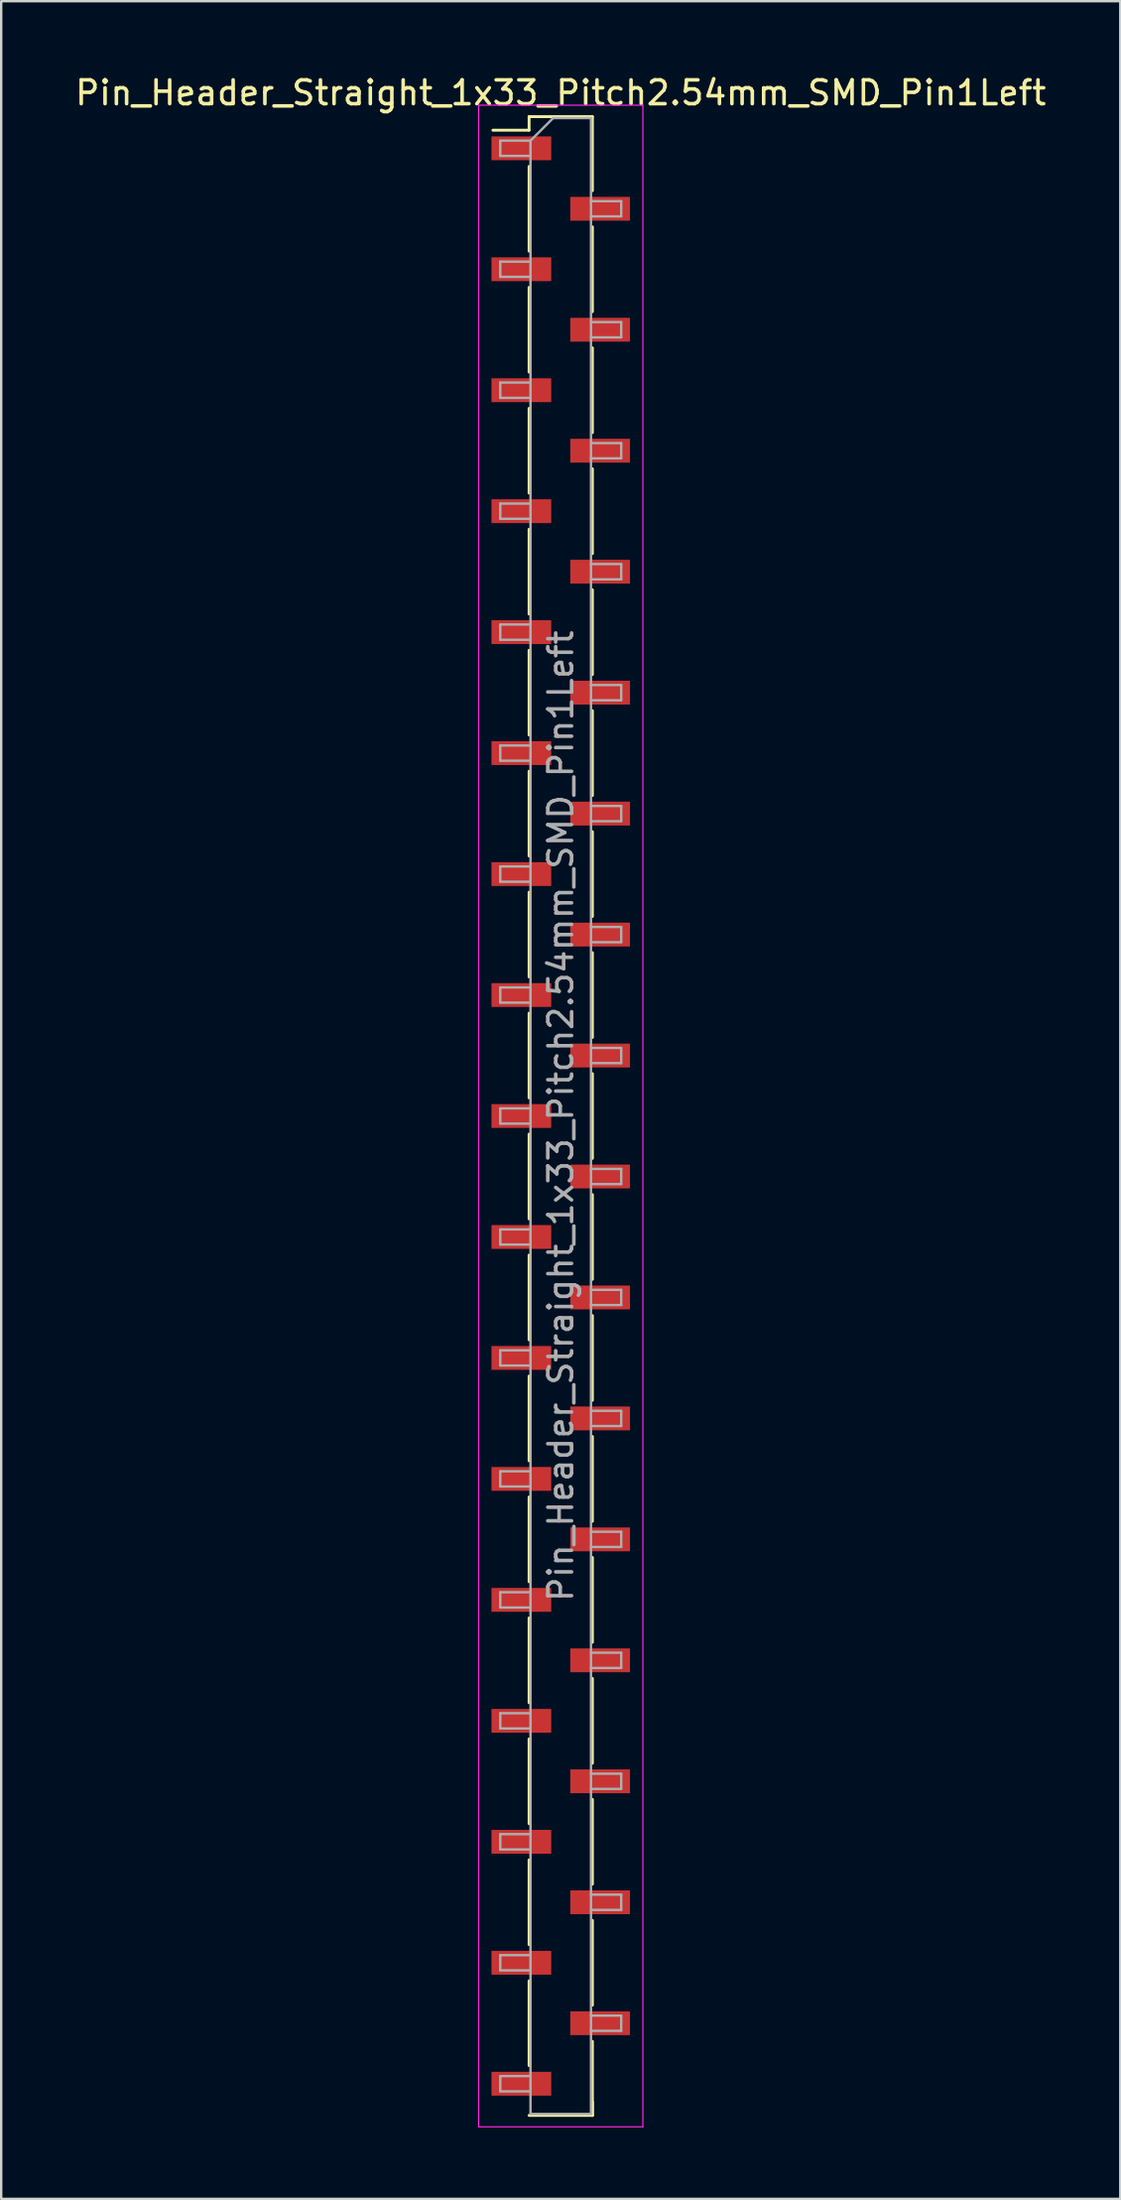
<source format=kicad_pcb>
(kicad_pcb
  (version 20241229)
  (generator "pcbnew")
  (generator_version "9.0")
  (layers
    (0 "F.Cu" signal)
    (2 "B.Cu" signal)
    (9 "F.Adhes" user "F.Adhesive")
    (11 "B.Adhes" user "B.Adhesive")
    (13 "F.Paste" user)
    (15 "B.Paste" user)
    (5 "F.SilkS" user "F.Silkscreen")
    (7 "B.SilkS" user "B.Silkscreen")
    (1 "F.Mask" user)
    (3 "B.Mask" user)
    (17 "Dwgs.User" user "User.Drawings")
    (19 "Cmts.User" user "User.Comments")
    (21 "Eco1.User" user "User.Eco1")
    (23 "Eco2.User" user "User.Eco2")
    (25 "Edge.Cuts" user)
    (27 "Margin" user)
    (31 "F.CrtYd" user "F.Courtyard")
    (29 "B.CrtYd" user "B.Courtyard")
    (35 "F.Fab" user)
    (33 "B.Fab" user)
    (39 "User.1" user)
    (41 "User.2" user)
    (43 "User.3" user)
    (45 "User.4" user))
  (footprint "Pin_Header_Straight_1x33_Pitch2.54mm_SMD_Pin1Left"
    (layer "F.Cu")
    (at 20.506 43.818)
    (property "Reference" "Pin_Header_Straight_1x33_Pitch2.54mm_SMD_Pin1Left" (at 0 -42.97 0) (layer "F.SilkS") (effects (font (size 1 1) (thickness 0.15))))
    (attr smd)
    (fp_line (start -1.33 -41.97) (end -1.33 -41.4) (stroke (width 0.12) (type solid)) (layer "F.SilkS"))
    (fp_line (start -1.33 -41.97) (end 1.33 -41.97) (stroke (width 0.12) (type solid)) (layer "F.SilkS"))
    (fp_line (start -1.33 -41.4) (end -2.85 -41.4) (stroke (width 0.12) (type solid)) (layer "F.SilkS"))
    (fp_line (start -1.33 -39.88) (end -1.33 -36.32) (stroke (width 0.12) (type solid)) (layer "F.SilkS"))
    (fp_line (start -1.33 -34.8) (end -1.33 -31.24) (stroke (width 0.12) (type solid)) (layer "F.SilkS"))
    (fp_line (start -1.33 -29.72) (end -1.33 -26.16) (stroke (width 0.12) (type solid)) (layer "F.SilkS"))
    (fp_line (start -1.33 -24.64) (end -1.33 -21.08) (stroke (width 0.12) (type solid)) (layer "F.SilkS"))
    (fp_line (start -1.33 -19.56) (end -1.33 -16) (stroke (width 0.12) (type solid)) (layer "F.SilkS"))
    (fp_line (start -1.33 -14.48) (end -1.33 -10.92) (stroke (width 0.12) (type solid)) (layer "F.SilkS"))
    (fp_line (start -1.33 -9.4) (end -1.33 -5.84) (stroke (width 0.12) (type solid)) (layer "F.SilkS"))
    (fp_line (start -1.33 -4.32) (end -1.33 -0.76) (stroke (width 0.12) (type solid)) (layer "F.SilkS"))
    (fp_line (start -1.33 0.76) (end -1.33 4.32) (stroke (width 0.12) (type solid)) (layer "F.SilkS"))
    (fp_line (start -1.33 5.84) (end -1.33 9.4) (stroke (width 0.12) (type solid)) (layer "F.SilkS"))
    (fp_line (start -1.33 10.92) (end -1.33 14.48) (stroke (width 0.12) (type solid)) (layer "F.SilkS"))
    (fp_line (start -1.33 16) (end -1.33 19.56) (stroke (width 0.12) (type solid)) (layer "F.SilkS"))
    (fp_line (start -1.33 21.08) (end -1.33 24.64) (stroke (width 0.12) (type solid)) (layer "F.SilkS"))
    (fp_line (start -1.33 26.16) (end -1.33 29.72) (stroke (width 0.12) (type solid)) (layer "F.SilkS"))
    (fp_line (start -1.33 31.24) (end -1.33 34.8) (stroke (width 0.12) (type solid)) (layer "F.SilkS"))
    (fp_line (start -1.33 36.32) (end -1.33 39.88) (stroke (width 0.12) (type solid)) (layer "F.SilkS"))
    (fp_line (start -1.33 41.97) (end 1.33 41.97) (stroke (width 0.12) (type solid)) (layer "F.SilkS"))
    (fp_line (start 1.33 -41.97) (end 1.33 -38.86) (stroke (width 0.12) (type solid)) (layer "F.SilkS"))
    (fp_line (start 1.33 -37.34) (end 1.33 -33.78) (stroke (width 0.12) (type solid)) (layer "F.SilkS"))
    (fp_line (start 1.33 -32.26) (end 1.33 -28.7) (stroke (width 0.12) (type solid)) (layer "F.SilkS"))
    (fp_line (start 1.33 -27.18) (end 1.33 -23.62) (stroke (width 0.12) (type solid)) (layer "F.SilkS"))
    (fp_line (start 1.33 -22.1) (end 1.33 -18.54) (stroke (width 0.12) (type solid)) (layer "F.SilkS"))
    (fp_line (start 1.33 -17.02) (end 1.33 -13.46) (stroke (width 0.12) (type solid)) (layer "F.SilkS"))
    (fp_line (start 1.33 -11.94) (end 1.33 -8.38) (stroke (width 0.12) (type solid)) (layer "F.SilkS"))
    (fp_line (start 1.33 -6.86) (end 1.33 -3.3) (stroke (width 0.12) (type solid)) (layer "F.SilkS"))
    (fp_line (start 1.33 -1.78) (end 1.33 1.78) (stroke (width 0.12) (type solid)) (layer "F.SilkS"))
    (fp_line (start 1.33 3.3) (end 1.33 6.86) (stroke (width 0.12) (type solid)) (layer "F.SilkS"))
    (fp_line (start 1.33 8.38) (end 1.33 11.94) (stroke (width 0.12) (type solid)) (layer "F.SilkS"))
    (fp_line (start 1.33 13.46) (end 1.33 17.02) (stroke (width 0.12) (type solid)) (layer "F.SilkS"))
    (fp_line (start 1.33 18.54) (end 1.33 22.1) (stroke (width 0.12) (type solid)) (layer "F.SilkS"))
    (fp_line (start 1.33 23.62) (end 1.33 27.18) (stroke (width 0.12) (type solid)) (layer "F.SilkS"))
    (fp_line (start 1.33 28.7) (end 1.33 32.26) (stroke (width 0.12) (type solid)) (layer "F.SilkS"))
    (fp_line (start 1.33 33.78) (end 1.33 37.34) (stroke (width 0.12) (type solid)) (layer "F.SilkS"))
    (fp_line (start 1.33 38.86) (end 1.33 41.97) (stroke (width 0.12) (type solid)) (layer "F.SilkS"))
    (fp_line (start 1.33 41.4) (end 1.33 41.97) (stroke (width 0.12) (type solid)) (layer "F.SilkS"))
    (fp_line (start -3.45 -42.45) (end -3.45 42.45) (stroke (width 0.05) (type solid)) (layer "F.CrtYd"))
    (fp_line (start -3.45 42.45) (end 3.45 42.45) (stroke (width 0.05) (type solid)) (layer "F.CrtYd"))
    (fp_line (start 3.45 -42.45) (end -3.45 -42.45) (stroke (width 0.05) (type solid)) (layer "F.CrtYd"))
    (fp_line (start 3.45 42.45) (end 3.45 -42.45) (stroke (width 0.05) (type solid)) (layer "F.CrtYd"))
    (fp_line (start -2.54 -40.96) (end -2.54 -40.32) (stroke (width 0.1) (type solid)) (layer "F.Fab"))
    (fp_line (start -2.54 -40.32) (end -1.27 -40.32) (stroke (width 0.1) (type solid)) (layer "F.Fab"))
    (fp_line (start -2.54 -35.88) (end -2.54 -35.24) (stroke (width 0.1) (type solid)) (layer "F.Fab"))
    (fp_line (start -2.54 -35.24) (end -1.27 -35.24) (stroke (width 0.1) (type solid)) (layer "F.Fab"))
    (fp_line (start -2.54 -30.8) (end -2.54 -30.16) (stroke (width 0.1) (type solid)) (layer "F.Fab"))
    (fp_line (start -2.54 -30.16) (end -1.27 -30.16) (stroke (width 0.1) (type solid)) (layer "F.Fab"))
    (fp_line (start -2.54 -25.72) (end -2.54 -25.08) (stroke (width 0.1) (type solid)) (layer "F.Fab"))
    (fp_line (start -2.54 -25.08) (end -1.27 -25.08) (stroke (width 0.1) (type solid)) (layer "F.Fab"))
    (fp_line (start -2.54 -20.64) (end -2.54 -20) (stroke (width 0.1) (type solid)) (layer "F.Fab"))
    (fp_line (start -2.54 -20) (end -1.27 -20) (stroke (width 0.1) (type solid)) (layer "F.Fab"))
    (fp_line (start -2.54 -15.56) (end -2.54 -14.92) (stroke (width 0.1) (type solid)) (layer "F.Fab"))
    (fp_line (start -2.54 -14.92) (end -1.27 -14.92) (stroke (width 0.1) (type solid)) (layer "F.Fab"))
    (fp_line (start -2.54 -10.48) (end -2.54 -9.84) (stroke (width 0.1) (type solid)) (layer "F.Fab"))
    (fp_line (start -2.54 -9.84) (end -1.27 -9.84) (stroke (width 0.1) (type solid)) (layer "F.Fab"))
    (fp_line (start -2.54 -5.4) (end -2.54 -4.76) (stroke (width 0.1) (type solid)) (layer "F.Fab"))
    (fp_line (start -2.54 -4.76) (end -1.27 -4.76) (stroke (width 0.1) (type solid)) (layer "F.Fab"))
    (fp_line (start -2.54 -0.32) (end -2.54 0.32) (stroke (width 0.1) (type solid)) (layer "F.Fab"))
    (fp_line (start -2.54 0.32) (end -1.27 0.32) (stroke (width 0.1) (type solid)) (layer "F.Fab"))
    (fp_line (start -2.54 4.76) (end -2.54 5.4) (stroke (width 0.1) (type solid)) (layer "F.Fab"))
    (fp_line (start -2.54 5.4) (end -1.27 5.4) (stroke (width 0.1) (type solid)) (layer "F.Fab"))
    (fp_line (start -2.54 9.84) (end -2.54 10.48) (stroke (width 0.1) (type solid)) (layer "F.Fab"))
    (fp_line (start -2.54 10.48) (end -1.27 10.48) (stroke (width 0.1) (type solid)) (layer "F.Fab"))
    (fp_line (start -2.54 14.92) (end -2.54 15.56) (stroke (width 0.1) (type solid)) (layer "F.Fab"))
    (fp_line (start -2.54 15.56) (end -1.27 15.56) (stroke (width 0.1) (type solid)) (layer "F.Fab"))
    (fp_line (start -2.54 20) (end -2.54 20.64) (stroke (width 0.1) (type solid)) (layer "F.Fab"))
    (fp_line (start -2.54 20.64) (end -1.27 20.64) (stroke (width 0.1) (type solid)) (layer "F.Fab"))
    (fp_line (start -2.54 25.08) (end -2.54 25.72) (stroke (width 0.1) (type solid)) (layer "F.Fab"))
    (fp_line (start -2.54 25.72) (end -1.27 25.72) (stroke (width 0.1) (type solid)) (layer "F.Fab"))
    (fp_line (start -2.54 30.16) (end -2.54 30.8) (stroke (width 0.1) (type solid)) (layer "F.Fab"))
    (fp_line (start -2.54 30.8) (end -1.27 30.8) (stroke (width 0.1) (type solid)) (layer "F.Fab"))
    (fp_line (start -2.54 35.24) (end -2.54 35.88) (stroke (width 0.1) (type solid)) (layer "F.Fab"))
    (fp_line (start -2.54 35.88) (end -1.27 35.88) (stroke (width 0.1) (type solid)) (layer "F.Fab"))
    (fp_line (start -2.54 40.32) (end -2.54 40.96) (stroke (width 0.1) (type solid)) (layer "F.Fab"))
    (fp_line (start -2.54 40.96) (end -1.27 40.96) (stroke (width 0.1) (type solid)) (layer "F.Fab"))
    (fp_line (start -1.27 -40.96) (end -2.54 -40.96) (stroke (width 0.1) (type solid)) (layer "F.Fab"))
    (fp_line (start -1.27 -40.96) (end -0.32 -41.91) (stroke (width 0.1) (type solid)) (layer "F.Fab"))
    (fp_line (start -1.27 -35.88) (end -2.54 -35.88) (stroke (width 0.1) (type solid)) (layer "F.Fab"))
    (fp_line (start -1.27 -30.8) (end -2.54 -30.8) (stroke (width 0.1) (type solid)) (layer "F.Fab"))
    (fp_line (start -1.27 -25.72) (end -2.54 -25.72) (stroke (width 0.1) (type solid)) (layer "F.Fab"))
    (fp_line (start -1.27 -20.64) (end -2.54 -20.64) (stroke (width 0.1) (type solid)) (layer "F.Fab"))
    (fp_line (start -1.27 -15.56) (end -2.54 -15.56) (stroke (width 0.1) (type solid)) (layer "F.Fab"))
    (fp_line (start -1.27 -10.48) (end -2.54 -10.48) (stroke (width 0.1) (type solid)) (layer "F.Fab"))
    (fp_line (start -1.27 -5.4) (end -2.54 -5.4) (stroke (width 0.1) (type solid)) (layer "F.Fab"))
    (fp_line (start -1.27 -0.32) (end -2.54 -0.32) (stroke (width 0.1) (type solid)) (layer "F.Fab"))
    (fp_line (start -1.27 4.76) (end -2.54 4.76) (stroke (width 0.1) (type solid)) (layer "F.Fab"))
    (fp_line (start -1.27 9.84) (end -2.54 9.84) (stroke (width 0.1) (type solid)) (layer "F.Fab"))
    (fp_line (start -1.27 14.92) (end -2.54 14.92) (stroke (width 0.1) (type solid)) (layer "F.Fab"))
    (fp_line (start -1.27 20) (end -2.54 20) (stroke (width 0.1) (type solid)) (layer "F.Fab"))
    (fp_line (start -1.27 25.08) (end -2.54 25.08) (stroke (width 0.1) (type solid)) (layer "F.Fab"))
    (fp_line (start -1.27 30.16) (end -2.54 30.16) (stroke (width 0.1) (type solid)) (layer "F.Fab"))
    (fp_line (start -1.27 35.24) (end -2.54 35.24) (stroke (width 0.1) (type solid)) (layer "F.Fab"))
    (fp_line (start -1.27 40.32) (end -2.54 40.32) (stroke (width 0.1) (type solid)) (layer "F.Fab"))
    (fp_line (start -1.27 41.91) (end -1.27 -40.96) (stroke (width 0.1) (type solid)) (layer "F.Fab"))
    (fp_line (start -0.32 -41.91) (end 1.27 -41.91) (stroke (width 0.1) (type solid)) (layer "F.Fab"))
    (fp_line (start 1.27 -41.91) (end 1.27 41.91) (stroke (width 0.1) (type solid)) (layer "F.Fab"))
    (fp_line (start 1.27 -38.42) (end 2.54 -38.42) (stroke (width 0.1) (type solid)) (layer "F.Fab"))
    (fp_line (start 1.27 -33.34) (end 2.54 -33.34) (stroke (width 0.1) (type solid)) (layer "F.Fab"))
    (fp_line (start 1.27 -28.26) (end 2.54 -28.26) (stroke (width 0.1) (type solid)) (layer "F.Fab"))
    (fp_line (start 1.27 -23.18) (end 2.54 -23.18) (stroke (width 0.1) (type solid)) (layer "F.Fab"))
    (fp_line (start 1.27 -18.1) (end 2.54 -18.1) (stroke (width 0.1) (type solid)) (layer "F.Fab"))
    (fp_line (start 1.27 -13.02) (end 2.54 -13.02) (stroke (width 0.1) (type solid)) (layer "F.Fab"))
    (fp_line (start 1.27 -7.94) (end 2.54 -7.94) (stroke (width 0.1) (type solid)) (layer "F.Fab"))
    (fp_line (start 1.27 -2.86) (end 2.54 -2.86) (stroke (width 0.1) (type solid)) (layer "F.Fab"))
    (fp_line (start 1.27 2.22) (end 2.54 2.22) (stroke (width 0.1) (type solid)) (layer "F.Fab"))
    (fp_line (start 1.27 7.3) (end 2.54 7.3) (stroke (width 0.1) (type solid)) (layer "F.Fab"))
    (fp_line (start 1.27 12.38) (end 2.54 12.38) (stroke (width 0.1) (type solid)) (layer "F.Fab"))
    (fp_line (start 1.27 17.46) (end 2.54 17.46) (stroke (width 0.1) (type solid)) (layer "F.Fab"))
    (fp_line (start 1.27 22.54) (end 2.54 22.54) (stroke (width 0.1) (type solid)) (layer "F.Fab"))
    (fp_line (start 1.27 27.62) (end 2.54 27.62) (stroke (width 0.1) (type solid)) (layer "F.Fab"))
    (fp_line (start 1.27 32.7) (end 2.54 32.7) (stroke (width 0.1) (type solid)) (layer "F.Fab"))
    (fp_line (start 1.27 37.78) (end 2.54 37.78) (stroke (width 0.1) (type solid)) (layer "F.Fab"))
    (fp_line (start 1.27 41.91) (end -1.27 41.91) (stroke (width 0.1) (type solid)) (layer "F.Fab"))
    (fp_line (start 2.54 -38.42) (end 2.54 -37.78) (stroke (width 0.1) (type solid)) (layer "F.Fab"))
    (fp_line (start 2.54 -37.78) (end 1.27 -37.78) (stroke (width 0.1) (type solid)) (layer "F.Fab"))
    (fp_line (start 2.54 -33.34) (end 2.54 -32.7) (stroke (width 0.1) (type solid)) (layer "F.Fab"))
    (fp_line (start 2.54 -32.7) (end 1.27 -32.7) (stroke (width 0.1) (type solid)) (layer "F.Fab"))
    (fp_line (start 2.54 -28.26) (end 2.54 -27.62) (stroke (width 0.1) (type solid)) (layer "F.Fab"))
    (fp_line (start 2.54 -27.62) (end 1.27 -27.62) (stroke (width 0.1) (type solid)) (layer "F.Fab"))
    (fp_line (start 2.54 -23.18) (end 2.54 -22.54) (stroke (width 0.1) (type solid)) (layer "F.Fab"))
    (fp_line (start 2.54 -22.54) (end 1.27 -22.54) (stroke (width 0.1) (type solid)) (layer "F.Fab"))
    (fp_line (start 2.54 -18.1) (end 2.54 -17.46) (stroke (width 0.1) (type solid)) (layer "F.Fab"))
    (fp_line (start 2.54 -17.46) (end 1.27 -17.46) (stroke (width 0.1) (type solid)) (layer "F.Fab"))
    (fp_line (start 2.54 -13.02) (end 2.54 -12.38) (stroke (width 0.1) (type solid)) (layer "F.Fab"))
    (fp_line (start 2.54 -12.38) (end 1.27 -12.38) (stroke (width 0.1) (type solid)) (layer "F.Fab"))
    (fp_line (start 2.54 -7.94) (end 2.54 -7.3) (stroke (width 0.1) (type solid)) (layer "F.Fab"))
    (fp_line (start 2.54 -7.3) (end 1.27 -7.3) (stroke (width 0.1) (type solid)) (layer "F.Fab"))
    (fp_line (start 2.54 -2.86) (end 2.54 -2.22) (stroke (width 0.1) (type solid)) (layer "F.Fab"))
    (fp_line (start 2.54 -2.22) (end 1.27 -2.22) (stroke (width 0.1) (type solid)) (layer "F.Fab"))
    (fp_line (start 2.54 2.22) (end 2.54 2.86) (stroke (width 0.1) (type solid)) (layer "F.Fab"))
    (fp_line (start 2.54 2.86) (end 1.27 2.86) (stroke (width 0.1) (type solid)) (layer "F.Fab"))
    (fp_line (start 2.54 7.3) (end 2.54 7.94) (stroke (width 0.1) (type solid)) (layer "F.Fab"))
    (fp_line (start 2.54 7.94) (end 1.27 7.94) (stroke (width 0.1) (type solid)) (layer "F.Fab"))
    (fp_line (start 2.54 12.38) (end 2.54 13.02) (stroke (width 0.1) (type solid)) (layer "F.Fab"))
    (fp_line (start 2.54 13.02) (end 1.27 13.02) (stroke (width 0.1) (type solid)) (layer "F.Fab"))
    (fp_line (start 2.54 17.46) (end 2.54 18.1) (stroke (width 0.1) (type solid)) (layer "F.Fab"))
    (fp_line (start 2.54 18.1) (end 1.27 18.1) (stroke (width 0.1) (type solid)) (layer "F.Fab"))
    (fp_line (start 2.54 22.54) (end 2.54 23.18) (stroke (width 0.1) (type solid)) (layer "F.Fab"))
    (fp_line (start 2.54 23.18) (end 1.27 23.18) (stroke (width 0.1) (type solid)) (layer "F.Fab"))
    (fp_line (start 2.54 27.62) (end 2.54 28.26) (stroke (width 0.1) (type solid)) (layer "F.Fab"))
    (fp_line (start 2.54 28.26) (end 1.27 28.26) (stroke (width 0.1) (type solid)) (layer "F.Fab"))
    (fp_line (start 2.54 32.7) (end 2.54 33.34) (stroke (width 0.1) (type solid)) (layer "F.Fab"))
    (fp_line (start 2.54 33.34) (end 1.27 33.34) (stroke (width 0.1) (type solid)) (layer "F.Fab"))
    (fp_line (start 2.54 37.78) (end 2.54 38.42) (stroke (width 0.1) (type solid)) (layer "F.Fab"))
    (fp_line (start 2.54 38.42) (end 1.27 38.42) (stroke (width 0.1) (type solid)) (layer "F.Fab"))
    (fp_text user "${REFERENCE}" (at 0 0 90) (layer "F.Fab") (effects (font (size 1 1) (thickness 0.15))))
    (pad "1" smd rect (at -1.655 -40.64) (size 2.51 1) (layers "F.Cu" "F.Mask" "F.Paste"))
    (pad "2" smd rect (at 1.655 -38.1) (size 2.51 1) (layers "F.Cu" "F.Mask" "F.Paste"))
    (pad "3" smd rect (at -1.655 -35.56) (size 2.51 1) (layers "F.Cu" "F.Mask" "F.Paste"))
    (pad "4" smd rect (at 1.655 -33.02) (size 2.51 1) (layers "F.Cu" "F.Mask" "F.Paste"))
    (pad "5" smd rect (at -1.655 -30.48) (size 2.51 1) (layers "F.Cu" "F.Mask" "F.Paste"))
    (pad "6" smd rect (at 1.655 -27.94) (size 2.51 1) (layers "F.Cu" "F.Mask" "F.Paste"))
    (pad "7" smd rect (at -1.655 -25.4) (size 2.51 1) (layers "F.Cu" "F.Mask" "F.Paste"))
    (pad "8" smd rect (at 1.655 -22.86) (size 2.51 1) (layers "F.Cu" "F.Mask" "F.Paste"))
    (pad "9" smd rect (at -1.655 -20.32) (size 2.51 1) (layers "F.Cu" "F.Mask" "F.Paste"))
    (pad "10" smd rect (at 1.655 -17.78) (size 2.51 1) (layers "F.Cu" "F.Mask" "F.Paste"))
    (pad "11" smd rect (at -1.655 -15.24) (size 2.51 1) (layers "F.Cu" "F.Mask" "F.Paste"))
    (pad "12" smd rect (at 1.655 -12.7) (size 2.51 1) (layers "F.Cu" "F.Mask" "F.Paste"))
    (pad "13" smd rect (at -1.655 -10.16) (size 2.51 1) (layers "F.Cu" "F.Mask" "F.Paste"))
    (pad "14" smd rect (at 1.655 -7.62) (size 2.51 1) (layers "F.Cu" "F.Mask" "F.Paste"))
    (pad "15" smd rect (at -1.655 -5.08) (size 2.51 1) (layers "F.Cu" "F.Mask" "F.Paste"))
    (pad "16" smd rect (at 1.655 -2.54) (size 2.51 1) (layers "F.Cu" "F.Mask" "F.Paste"))
    (pad "17" smd rect (at -1.655 0) (size 2.51 1) (layers "F.Cu" "F.Mask" "F.Paste"))
    (pad "18" smd rect (at 1.655 2.54) (size 2.51 1) (layers "F.Cu" "F.Mask" "F.Paste"))
    (pad "19" smd rect (at -1.655 5.08) (size 2.51 1) (layers "F.Cu" "F.Mask" "F.Paste"))
    (pad "20" smd rect (at 1.655 7.62) (size 2.51 1) (layers "F.Cu" "F.Mask" "F.Paste"))
    (pad "21" smd rect (at -1.655 10.16) (size 2.51 1) (layers "F.Cu" "F.Mask" "F.Paste"))
    (pad "22" smd rect (at 1.655 12.7) (size 2.51 1) (layers "F.Cu" "F.Mask" "F.Paste"))
    (pad "23" smd rect (at -1.655 15.24) (size 2.51 1) (layers "F.Cu" "F.Mask" "F.Paste"))
    (pad "24" smd rect (at 1.655 17.78) (size 2.51 1) (layers "F.Cu" "F.Mask" "F.Paste"))
    (pad "25" smd rect (at -1.655 20.32) (size 2.51 1) (layers "F.Cu" "F.Mask" "F.Paste"))
    (pad "26" smd rect (at 1.655 22.86) (size 2.51 1) (layers "F.Cu" "F.Mask" "F.Paste"))
    (pad "27" smd rect (at -1.655 25.4) (size 2.51 1) (layers "F.Cu" "F.Mask" "F.Paste"))
    (pad "28" smd rect (at 1.655 27.94) (size 2.51 1) (layers "F.Cu" "F.Mask" "F.Paste"))
    (pad "29" smd rect (at -1.655 30.48) (size 2.51 1) (layers "F.Cu" "F.Mask" "F.Paste"))
    (pad "30" smd rect (at 1.655 33.02) (size 2.51 1) (layers "F.Cu" "F.Mask" "F.Paste"))
    (pad "31" smd rect (at -1.655 35.56) (size 2.51 1) (layers "F.Cu" "F.Mask" "F.Paste"))
    (pad "32" smd rect (at 1.655 38.1) (size 2.51 1) (layers "F.Cu" "F.Mask" "F.Paste"))
    (pad "33" smd rect (at -1.655 40.64) (size 2.51 1) (layers "F.Cu" "F.Mask" "F.Paste")))
  (gr_rect
    (start -3 -3)
    (end 44.012 89.293)
    (stroke (width 0.1) (type default))
    (fill no)
    (layer "Edge.Cuts")))
</source>
